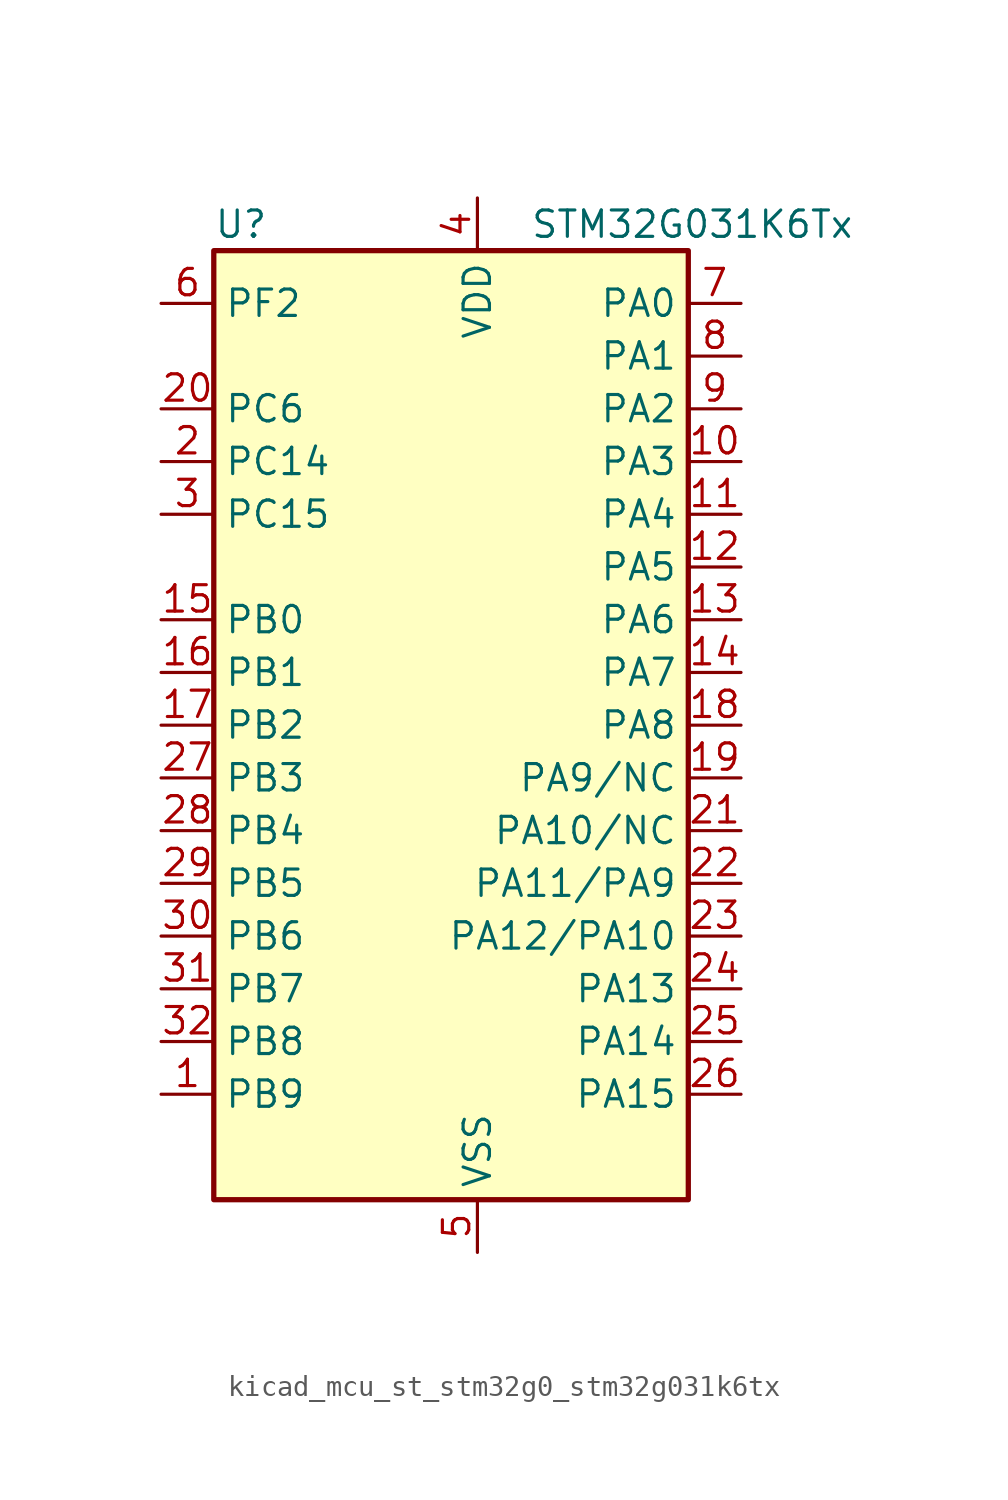
<source format=kicad_sym>
(kicad_symbol_lib
  (version 20220914)
  (generator kicad_symbol_editor)
  (symbol "kicad_mcu_st_stm32g0_stm32g031k6tx"
    (property "Reference" "U"
      (at -10.16 24.13 0)
      (effects (font (size 1.27 1.27)) (justify left)))
    (property "Value" "STM32G031K6Tx"
      (at 5.08 24.13 0)
      (effects (font (size 1.27 1.27)) (justify left)))
    (property "ki_locked" ""
      (at 0 0 0)
      (effects (font (size 1.27 1.27))))
    (symbol "kicad_mcu_st_stm32g0_stm32g031k6tx_0_1"
      (rectangle (start -10.16 -22.86) (end 12.7 22.86) (stroke (width 0.254) (type default)) (fill (type background))))
    (symbol "kicad_mcu_st_stm32g0_stm32g031k6tx_1_1"
      (pin bidirectional line (at -12.7 -17.78 0) (length 2.54) (name "PB9" (effects (font (size 1.27 1.27)))) (number "1" (effects (font (size 1.27 1.27)))) (alternate "I2C1_SDA" bidirectional line) (alternate "IR_OUT" bidirectional line) (alternate "SPI2_NSS" bidirectional line) (alternate "TIM17_CH1" bidirectional line))
      (pin bidirectional line (at 15.24 12.7 180) (length 2.54) (name "PA3" (effects (font (size 1.27 1.27)))) (number "10" (effects (font (size 1.27 1.27)))) (alternate "ADC1_IN3" bidirectional line) (alternate "LPUART1_RX" bidirectional line) (alternate "SPI2_MISO" bidirectional line) (alternate "TIM2_CH4" bidirectional line) (alternate "USART2_RX" bidirectional line))
      (pin bidirectional line (at 15.24 10.16 180) (length 2.54) (name "PA4" (effects (font (size 1.27 1.27)))) (number "11" (effects (font (size 1.27 1.27)))) (alternate "ADC1_IN4" bidirectional line) (alternate "I2S1_WS" bidirectional line) (alternate "LPTIM2_OUT" bidirectional line) (alternate "RTC_OUT_ALARM" bidirectional line) (alternate "RTC_OUT_CALIB" bidirectional line) (alternate "RTC_TAMP_IN1" bidirectional line) (alternate "RTC_TS" bidirectional line) (alternate "SPI1_NSS" bidirectional line) (alternate "SPI2_MOSI" bidirectional line) (alternate "SYS_WKUP2" bidirectional line) (alternate "TIM14_CH1" bidirectional line))
      (pin bidirectional line (at 15.24 7.62 180) (length 2.54) (name "PA5" (effects (font (size 1.27 1.27)))) (number "12" (effects (font (size 1.27 1.27)))) (alternate "ADC1_IN5" bidirectional line) (alternate "I2S1_CK" bidirectional line) (alternate "LPTIM2_ETR" bidirectional line) (alternate "SPI1_SCK" bidirectional line) (alternate "TIM2_CH1" bidirectional line) (alternate "TIM2_ETR" bidirectional line))
      (pin bidirectional line (at 15.24 5.08 180) (length 2.54) (name "PA6" (effects (font (size 1.27 1.27)))) (number "13" (effects (font (size 1.27 1.27)))) (alternate "ADC1_IN6" bidirectional line) (alternate "I2S1_MCK" bidirectional line) (alternate "LPUART1_CTS" bidirectional line) (alternate "SPI1_MISO" bidirectional line) (alternate "TIM16_CH1" bidirectional line) (alternate "TIM1_BK" bidirectional line) (alternate "TIM3_CH1" bidirectional line))
      (pin bidirectional line (at 15.24 2.54 180) (length 2.54) (name "PA7" (effects (font (size 1.27 1.27)))) (number "14" (effects (font (size 1.27 1.27)))) (alternate "ADC1_IN7" bidirectional line) (alternate "I2S1_SD" bidirectional line) (alternate "SPI1_MOSI" bidirectional line) (alternate "TIM14_CH1" bidirectional line) (alternate "TIM17_CH1" bidirectional line) (alternate "TIM1_CH1N" bidirectional line) (alternate "TIM3_CH2" bidirectional line))
      (pin bidirectional line (at -12.7 5.08 0) (length 2.54) (name "PB0" (effects (font (size 1.27 1.27)))) (number "15" (effects (font (size 1.27 1.27)))) (alternate "ADC1_IN8" bidirectional line) (alternate "I2S1_WS" bidirectional line) (alternate "LPTIM1_OUT" bidirectional line) (alternate "SPI1_NSS" bidirectional line) (alternate "TIM1_CH2N" bidirectional line) (alternate "TIM3_CH3" bidirectional line))
      (pin bidirectional line (at -12.7 2.54 0) (length 2.54) (name "PB1" (effects (font (size 1.27 1.27)))) (number "16" (effects (font (size 1.27 1.27)))) (alternate "ADC1_IN9" bidirectional line) (alternate "LPTIM2_IN1" bidirectional line) (alternate "LPUART1_DE" bidirectional line) (alternate "LPUART1_RTS" bidirectional line) (alternate "TIM14_CH1" bidirectional line) (alternate "TIM1_CH3N" bidirectional line) (alternate "TIM3_CH4" bidirectional line))
      (pin bidirectional line (at -12.7 0 0) (length 2.54) (name "PB2" (effects (font (size 1.27 1.27)))) (number "17" (effects (font (size 1.27 1.27)))) (alternate "ADC1_IN10" bidirectional line) (alternate "LPTIM1_OUT" bidirectional line) (alternate "SPI2_MISO" bidirectional line))
      (pin bidirectional line (at 15.24 0 180) (length 2.54) (name "PA8" (effects (font (size 1.27 1.27)))) (number "18" (effects (font (size 1.27 1.27)))) (alternate "LPTIM2_OUT" bidirectional line) (alternate "RCC_MCO" bidirectional line) (alternate "SPI2_NSS" bidirectional line) (alternate "TIM1_CH1" bidirectional line))
      (pin bidirectional line (at 15.24 -2.54 180) (length 2.54) (name "PA9/NC" (effects (font (size 1.27 1.27)))) (number "19" (effects (font (size 1.27 1.27)))) (alternate "I2C1_SCL" bidirectional line) (alternate "RCC_MCO" bidirectional line) (alternate "SPI2_MISO" bidirectional line) (alternate "TIM1_CH2" bidirectional line) (alternate "USART1_TX" bidirectional line))
      (pin bidirectional line (at -12.7 12.7 0) (length 2.54) (name "PC14" (effects (font (size 1.27 1.27)))) (number "2" (effects (font (size 1.27 1.27)))) (alternate "RCC_OSC32_IN" bidirectional line) (alternate "RCC_OSC_IN" bidirectional line) (alternate "TIM1_BK2" bidirectional line))
      (pin bidirectional line (at -12.7 15.24 0) (length 2.54) (name "PC6" (effects (font (size 1.27 1.27)))) (number "20" (effects (font (size 1.27 1.27)))) (alternate "TIM2_CH3" bidirectional line) (alternate "TIM3_CH1" bidirectional line))
      (pin bidirectional line (at 15.24 -5.08 180) (length 2.54) (name "PA10/NC" (effects (font (size 1.27 1.27)))) (number "21" (effects (font (size 1.27 1.27)))) (alternate "I2C1_SDA" bidirectional line) (alternate "SPI2_MOSI" bidirectional line) (alternate "TIM17_BK" bidirectional line) (alternate "TIM1_CH3" bidirectional line) (alternate "USART1_RX" bidirectional line))
      (pin bidirectional line (at 15.24 -7.62 180) (length 2.54) (name "PA11/PA9" (effects (font (size 1.27 1.27)))) (number "22" (effects (font (size 1.27 1.27)))) (alternate "ADC1_EXTI11" bidirectional line) (alternate "ADC1_IN15" bidirectional line) (alternate "I2C2_SCL" bidirectional line) (alternate "I2S1_MCK" bidirectional line) (alternate "SPI1_MISO" bidirectional line) (alternate "TIM1_BK2" bidirectional line) (alternate "TIM1_CH4" bidirectional line) (alternate "USART1_CTS" bidirectional line) (alternate "USART1_NSS" bidirectional line))
      (pin bidirectional line (at 15.24 -10.16 180) (length 2.54) (name "PA12/PA10" (effects (font (size 1.27 1.27)))) (number "23" (effects (font (size 1.27 1.27)))) (alternate "ADC1_IN16" bidirectional line) (alternate "I2C2_SDA" bidirectional line) (alternate "I2S1_SD" bidirectional line) (alternate "I2S_CKIN" bidirectional line) (alternate "SPI1_MOSI" bidirectional line) (alternate "TIM1_ETR" bidirectional line) (alternate "USART1_CK" bidirectional line) (alternate "USART1_DE" bidirectional line) (alternate "USART1_RTS" bidirectional line))
      (pin bidirectional line (at 15.24 -12.7 180) (length 2.54) (name "PA13" (effects (font (size 1.27 1.27)))) (number "24" (effects (font (size 1.27 1.27)))) (alternate "ADC1_IN17" bidirectional line) (alternate "IR_OUT" bidirectional line) (alternate "SYS_SWDIO" bidirectional line))
      (pin bidirectional line (at 15.24 -15.24 180) (length 2.54) (name "PA14" (effects (font (size 1.27 1.27)))) (number "25" (effects (font (size 1.27 1.27)))) (alternate "ADC1_IN18" bidirectional line) (alternate "SYS_SWCLK" bidirectional line) (alternate "USART2_TX" bidirectional line))
      (pin bidirectional line (at 15.24 -17.78 180) (length 2.54) (name "PA15" (effects (font (size 1.27 1.27)))) (number "26" (effects (font (size 1.27 1.27)))) (alternate "I2S1_WS" bidirectional line) (alternate "SPI1_NSS" bidirectional line) (alternate "TIM2_CH1" bidirectional line) (alternate "TIM2_ETR" bidirectional line) (alternate "USART2_RX" bidirectional line))
      (pin bidirectional line (at -12.7 -2.54 0) (length 2.54) (name "PB3" (effects (font (size 1.27 1.27)))) (number "27" (effects (font (size 1.27 1.27)))) (alternate "I2S1_CK" bidirectional line) (alternate "SPI1_SCK" bidirectional line) (alternate "TIM1_CH2" bidirectional line) (alternate "TIM2_CH2" bidirectional line) (alternate "USART1_CK" bidirectional line) (alternate "USART1_DE" bidirectional line) (alternate "USART1_RTS" bidirectional line))
      (pin bidirectional line (at -12.7 -5.08 0) (length 2.54) (name "PB4" (effects (font (size 1.27 1.27)))) (number "28" (effects (font (size 1.27 1.27)))) (alternate "I2S1_MCK" bidirectional line) (alternate "SPI1_MISO" bidirectional line) (alternate "TIM17_BK" bidirectional line) (alternate "TIM3_CH1" bidirectional line) (alternate "USART1_CTS" bidirectional line) (alternate "USART1_NSS" bidirectional line))
      (pin bidirectional line (at -12.7 -7.62 0) (length 2.54) (name "PB5" (effects (font (size 1.27 1.27)))) (number "29" (effects (font (size 1.27 1.27)))) (alternate "I2C1_SMBA" bidirectional line) (alternate "I2S1_SD" bidirectional line) (alternate "LPTIM1_IN1" bidirectional line) (alternate "SPI1_MOSI" bidirectional line) (alternate "SYS_WKUP6" bidirectional line) (alternate "TIM16_BK" bidirectional line) (alternate "TIM3_CH2" bidirectional line))
      (pin bidirectional line (at -12.7 10.16 0) (length 2.54) (name "PC15" (effects (font (size 1.27 1.27)))) (number "3" (effects (font (size 1.27 1.27)))) (alternate "RCC_OSC32_EN" bidirectional line) (alternate "RCC_OSC32_OUT" bidirectional line) (alternate "RCC_OSC_EN" bidirectional line))
      (pin bidirectional line (at -12.7 -10.16 0) (length 2.54) (name "PB6" (effects (font (size 1.27 1.27)))) (number "30" (effects (font (size 1.27 1.27)))) (alternate "I2C1_SCL" bidirectional line) (alternate "LPTIM1_ETR" bidirectional line) (alternate "SPI2_MISO" bidirectional line) (alternate "TIM16_CH1N" bidirectional line) (alternate "TIM1_CH3" bidirectional line) (alternate "USART1_TX" bidirectional line))
      (pin bidirectional line (at -12.7 -12.7 0) (length 2.54) (name "PB7" (effects (font (size 1.27 1.27)))) (number "31" (effects (font (size 1.27 1.27)))) (alternate "ADC1_IN11" bidirectional line) (alternate "I2C1_SDA" bidirectional line) (alternate "LPTIM1_IN2" bidirectional line) (alternate "SPI2_MOSI" bidirectional line) (alternate "SYS_PVD_IN" bidirectional line) (alternate "TIM17_CH1N" bidirectional line) (alternate "USART1_RX" bidirectional line))
      (pin bidirectional line (at -12.7 -15.24 0) (length 2.54) (name "PB8" (effects (font (size 1.27 1.27)))) (number "32" (effects (font (size 1.27 1.27)))) (alternate "I2C1_SCL" bidirectional line) (alternate "SPI2_SCK" bidirectional line) (alternate "TIM16_CH1" bidirectional line))
      (pin power_in line (at 2.54 25.4 270) (length 2.54) (name "VDD" (effects (font (size 1.27 1.27)))) (number "4" (effects (font (size 1.27 1.27)))))
      (pin power_in line (at 2.54 -25.4 90) (length 2.54) (name "VSS" (effects (font (size 1.27 1.27)))) (number "5" (effects (font (size 1.27 1.27)))))
      (pin bidirectional line (at -12.7 20.32 0) (length 2.54) (name "PF2" (effects (font (size 1.27 1.27)))) (number "6" (effects (font (size 1.27 1.27)))) (alternate "RCC_MCO" bidirectional line))
      (pin bidirectional line (at 15.24 20.32 180) (length 2.54) (name "PA0" (effects (font (size 1.27 1.27)))) (number "7" (effects (font (size 1.27 1.27)))) (alternate "ADC1_IN0" bidirectional line) (alternate "LPTIM1_OUT" bidirectional line) (alternate "RTC_TAMP_IN2" bidirectional line) (alternate "SPI2_SCK" bidirectional line) (alternate "SYS_WKUP1" bidirectional line) (alternate "TIM2_CH1" bidirectional line) (alternate "TIM2_ETR" bidirectional line) (alternate "USART2_CTS" bidirectional line) (alternate "USART2_NSS" bidirectional line))
      (pin bidirectional line (at 15.24 17.78 180) (length 2.54) (name "PA1" (effects (font (size 1.27 1.27)))) (number "8" (effects (font (size 1.27 1.27)))) (alternate "ADC1_IN1" bidirectional line) (alternate "I2C1_SMBA" bidirectional line) (alternate "I2S1_CK" bidirectional line) (alternate "SPI1_SCK" bidirectional line) (alternate "TIM2_CH2" bidirectional line) (alternate "USART2_CK" bidirectional line) (alternate "USART2_DE" bidirectional line) (alternate "USART2_RTS" bidirectional line))
      (pin bidirectional line (at 15.24 15.24 180) (length 2.54) (name "PA2" (effects (font (size 1.27 1.27)))) (number "9" (effects (font (size 1.27 1.27)))) (alternate "ADC1_IN2" bidirectional line) (alternate "I2S1_SD" bidirectional line) (alternate "LPUART1_TX" bidirectional line) (alternate "RCC_LSCO" bidirectional line) (alternate "SPI1_MOSI" bidirectional line) (alternate "SYS_WKUP4" bidirectional line) (alternate "TIM2_CH3" bidirectional line) (alternate "USART2_TX" bidirectional line)))))
</source>
